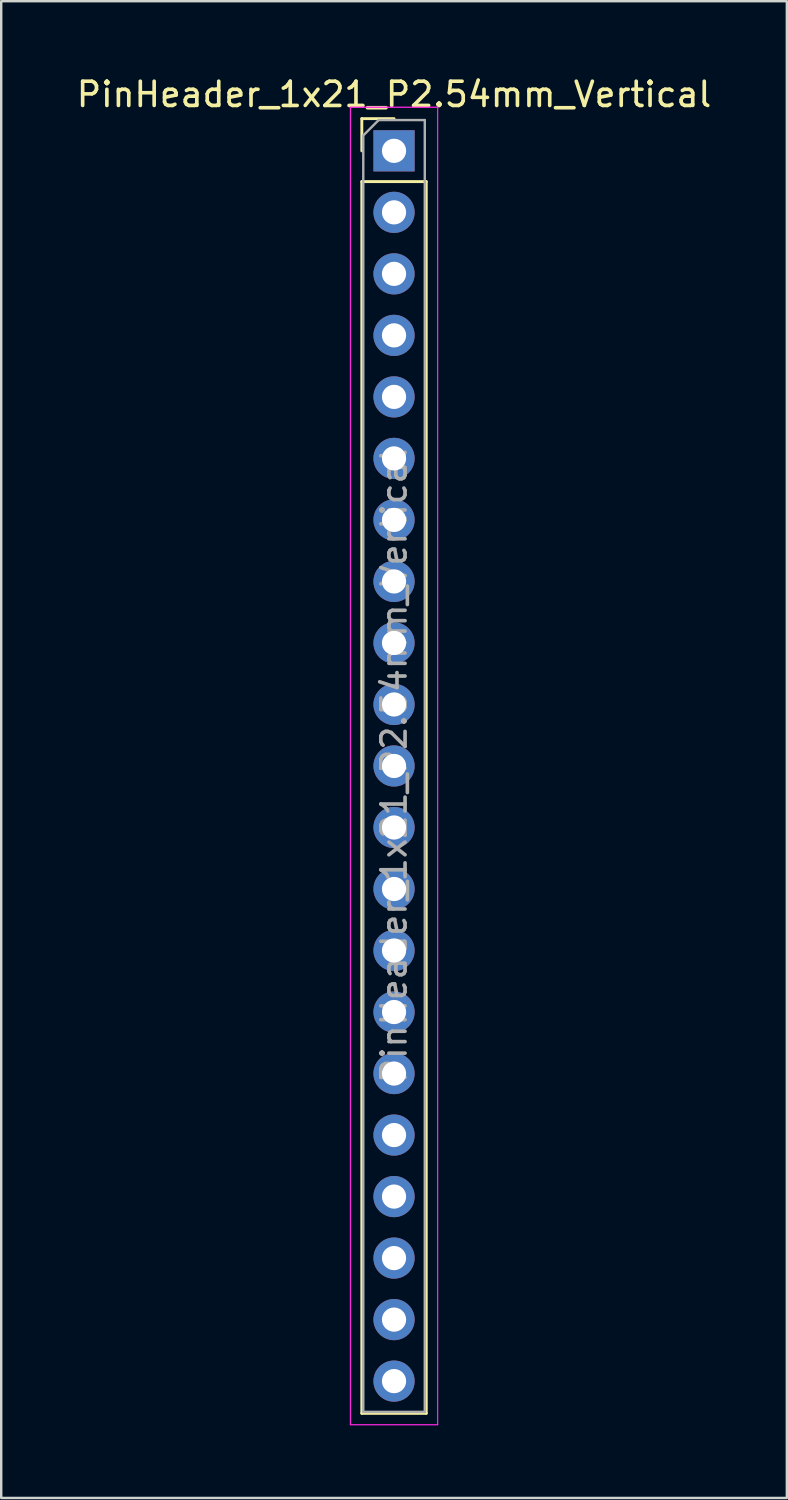
<source format=kicad_pcb>
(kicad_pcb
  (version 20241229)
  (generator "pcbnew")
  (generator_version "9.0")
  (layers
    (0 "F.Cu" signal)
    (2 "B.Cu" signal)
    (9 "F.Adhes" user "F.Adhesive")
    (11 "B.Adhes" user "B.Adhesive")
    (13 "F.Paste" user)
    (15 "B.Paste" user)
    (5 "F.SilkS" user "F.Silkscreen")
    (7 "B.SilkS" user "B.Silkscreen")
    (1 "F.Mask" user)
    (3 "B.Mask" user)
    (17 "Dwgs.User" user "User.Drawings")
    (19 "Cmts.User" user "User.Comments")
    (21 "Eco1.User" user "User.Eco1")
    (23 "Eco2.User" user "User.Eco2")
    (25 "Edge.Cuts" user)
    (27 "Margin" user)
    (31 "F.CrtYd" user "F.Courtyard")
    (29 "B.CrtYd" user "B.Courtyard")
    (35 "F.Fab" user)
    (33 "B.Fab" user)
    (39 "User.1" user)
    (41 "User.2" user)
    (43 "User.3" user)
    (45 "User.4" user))
  (footprint "PinHeader_1x21_P2.54mm_Vertical"
    (layer "F.Cu")
    (at 13.22 3.178)
    (property "Reference" "PinHeader_1x21_P2.54mm_Vertical" (at 0 -2.33 0) (layer "F.SilkS") (effects (font (size 1 1) (thickness 0.15))))
    (attr through_hole)
    (fp_line (start -1.33 -1.33) (end 0 -1.33) (stroke (width 0.12) (type solid)) (layer "F.SilkS"))
    (fp_line (start -1.33 0) (end -1.33 -1.33) (stroke (width 0.12) (type solid)) (layer "F.SilkS"))
    (fp_line (start -1.33 1.27) (end -1.33 52.13) (stroke (width 0.12) (type solid)) (layer "F.SilkS"))
    (fp_line (start -1.33 1.27) (end 1.33 1.27) (stroke (width 0.12) (type solid)) (layer "F.SilkS"))
    (fp_line (start -1.33 52.13) (end 1.33 52.13) (stroke (width 0.12) (type solid)) (layer "F.SilkS"))
    (fp_line (start 1.33 1.27) (end 1.33 52.13) (stroke (width 0.12) (type solid)) (layer "F.SilkS"))
    (fp_line (start -1.8 -1.8) (end -1.8 52.6) (stroke (width 0.05) (type solid)) (layer "F.CrtYd"))
    (fp_line (start -1.8 52.6) (end 1.8 52.6) (stroke (width 0.05) (type solid)) (layer "F.CrtYd"))
    (fp_line (start 1.8 -1.8) (end -1.8 -1.8) (stroke (width 0.05) (type solid)) (layer "F.CrtYd"))
    (fp_line (start 1.8 52.6) (end 1.8 -1.8) (stroke (width 0.05) (type solid)) (layer "F.CrtYd"))
    (fp_line (start -1.27 -0.635) (end -0.635 -1.27) (stroke (width 0.1) (type solid)) (layer "F.Fab"))
    (fp_line (start -1.27 52.07) (end -1.27 -0.635) (stroke (width 0.1) (type solid)) (layer "F.Fab"))
    (fp_line (start -0.635 -1.27) (end 1.27 -1.27) (stroke (width 0.1) (type solid)) (layer "F.Fab"))
    (fp_line (start 1.27 -1.27) (end 1.27 52.07) (stroke (width 0.1) (type solid)) (layer "F.Fab"))
    (fp_line (start 1.27 52.07) (end -1.27 52.07) (stroke (width 0.1) (type solid)) (layer "F.Fab"))
    (fp_text user "${REFERENCE}" (at 0 25.4 90) (layer "F.Fab") (effects (font (size 1 1) (thickness 0.15))))
    (pad "1" thru_hole rect (at 0 0) (size 1.7 1.7) (drill 1) (layers "*.Cu" "*.Mask"))
    (pad "2" thru_hole oval (at 0 2.54) (size 1.7 1.7) (drill 1) (layers "*.Cu" "*.Mask"))
    (pad "3" thru_hole oval (at 0 5.08) (size 1.7 1.7) (drill 1) (layers "*.Cu" "*.Mask"))
    (pad "4" thru_hole oval (at 0 7.62) (size 1.7 1.7) (drill 1) (layers "*.Cu" "*.Mask"))
    (pad "5" thru_hole oval (at 0 10.16) (size 1.7 1.7) (drill 1) (layers "*.Cu" "*.Mask"))
    (pad "6" thru_hole oval (at 0 12.7) (size 1.7 1.7) (drill 1) (layers "*.Cu" "*.Mask"))
    (pad "7" thru_hole oval (at 0 15.24) (size 1.7 1.7) (drill 1) (layers "*.Cu" "*.Mask"))
    (pad "8" thru_hole oval (at 0 17.78) (size 1.7 1.7) (drill 1) (layers "*.Cu" "*.Mask"))
    (pad "9" thru_hole oval (at 0 20.32) (size 1.7 1.7) (drill 1) (layers "*.Cu" "*.Mask"))
    (pad "10" thru_hole oval (at 0 22.86) (size 1.7 1.7) (drill 1) (layers "*.Cu" "*.Mask"))
    (pad "11" thru_hole oval (at 0 25.4) (size 1.7 1.7) (drill 1) (layers "*.Cu" "*.Mask"))
    (pad "12" thru_hole oval (at 0 27.94) (size 1.7 1.7) (drill 1) (layers "*.Cu" "*.Mask"))
    (pad "13" thru_hole oval (at 0 30.48) (size 1.7 1.7) (drill 1) (layers "*.Cu" "*.Mask"))
    (pad "14" thru_hole oval (at 0 33.02) (size 1.7 1.7) (drill 1) (layers "*.Cu" "*.Mask"))
    (pad "15" thru_hole oval (at 0 35.56) (size 1.7 1.7) (drill 1) (layers "*.Cu" "*.Mask"))
    (pad "16" thru_hole oval (at 0 38.1) (size 1.7 1.7) (drill 1) (layers "*.Cu" "*.Mask"))
    (pad "17" thru_hole oval (at 0 40.64) (size 1.7 1.7) (drill 1) (layers "*.Cu" "*.Mask"))
    (pad "18" thru_hole oval (at 0 43.18) (size 1.7 1.7) (drill 1) (layers "*.Cu" "*.Mask"))
    (pad "19" thru_hole oval (at 0 45.72) (size 1.7 1.7) (drill 1) (layers "*.Cu" "*.Mask"))
    (pad "20" thru_hole oval (at 0 48.26) (size 1.7 1.7) (drill 1) (layers "*.Cu" "*.Mask"))
    (pad "21" thru_hole oval (at 0 50.8) (size 1.7 1.7) (drill 1) (layers "*.Cu" "*.Mask")))
  (gr_rect
    (start -3 -3)
    (end 29.44 58.803)
    (stroke (width 0.1) (type default))
    (fill no)
    (layer "Edge.Cuts")))
</source>
